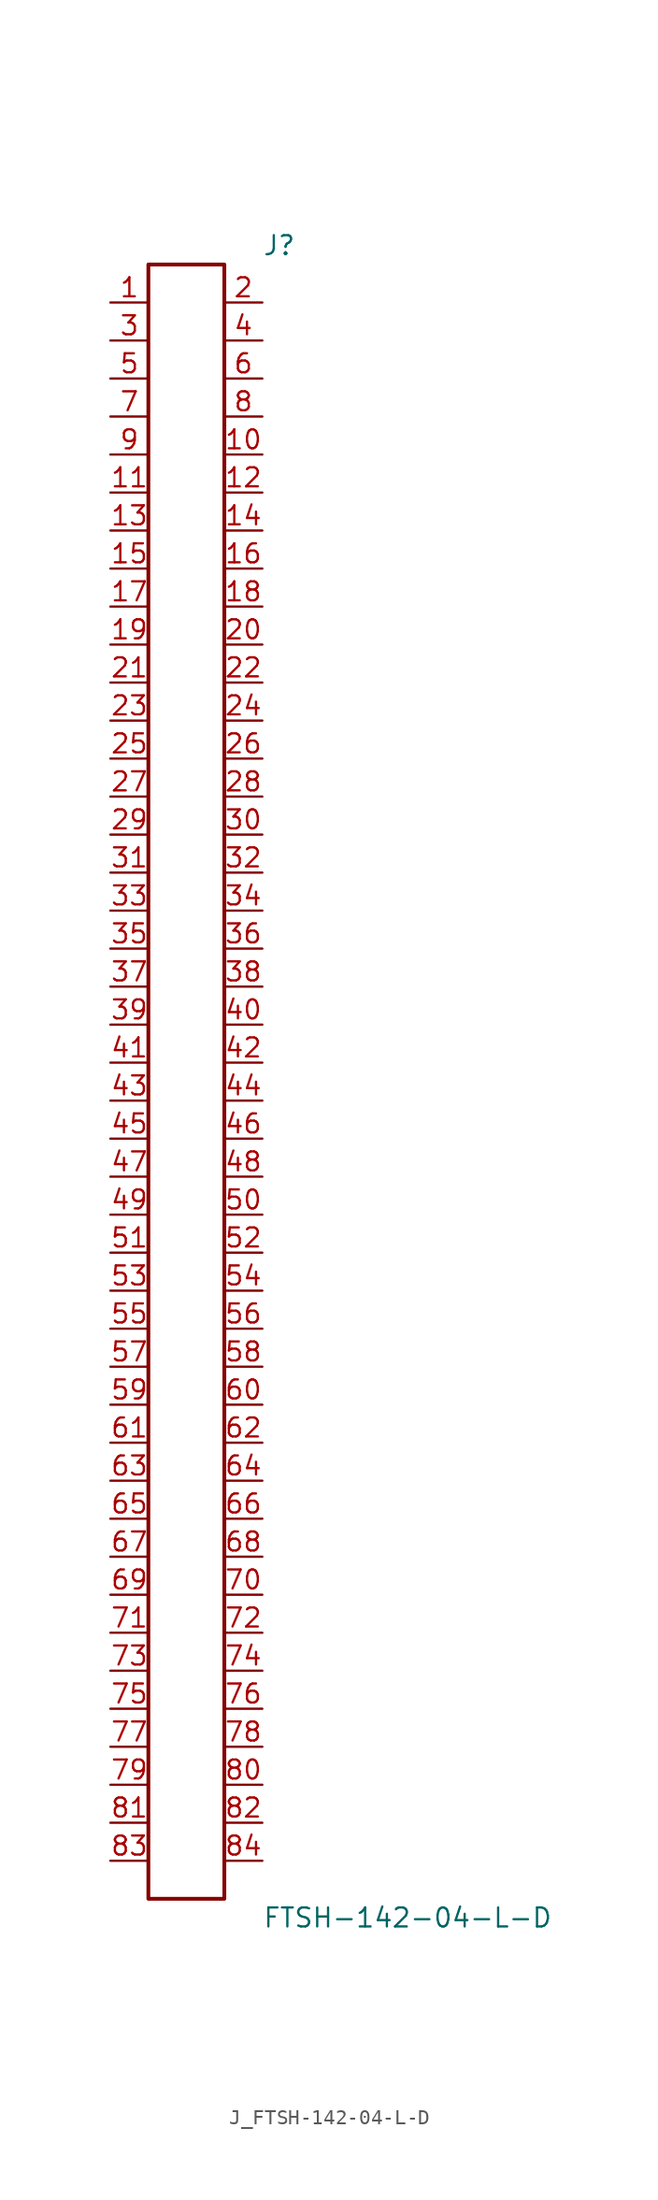
<source format=kicad_sym>
(kicad_symbol_lib
  (version 20231120)
  (generator kicad_symbol_editor)
  (generator_version 8.0)
  (symbol "J_FTSH-142-04-L-D"
    (pin_names
      (offset 0.254))
    (property "Reference" "J"
      (at 5.08 55.88 0)
      (effects (font (size 1.27 1.27)) (justify left)))
    (property "Value" "FTSH-142-04-L-D"
      (at 5.08 -55.88 0)
      (effects (font (size 1.27 1.27)) (justify left)))
    (symbol "J_FTSH-142-04-L-D_0_0"
      (pin passive line (at -5.08 52.07 0) (length 2.54) (name "" (effects (font (size 1.27 1.27)))) (number "1" (effects (font (size 1.27 1.27)))))
      (pin passive line (at 5.08 52.07 180) (length 2.54) (name "" (effects (font (size 1.27 1.27)))) (number "2" (effects (font (size 1.27 1.27)))))
      (pin passive line (at -5.08 49.53 0) (length 2.54) (name "" (effects (font (size 1.27 1.27)))) (number "3" (effects (font (size 1.27 1.27)))))
      (pin passive line (at 5.08 49.53 180) (length 2.54) (name "" (effects (font (size 1.27 1.27)))) (number "4" (effects (font (size 1.27 1.27)))))
      (pin passive line (at -5.08 46.99 0) (length 2.54) (name "" (effects (font (size 1.27 1.27)))) (number "5" (effects (font (size 1.27 1.27)))))
      (pin passive line (at 5.08 46.99 180) (length 2.54) (name "" (effects (font (size 1.27 1.27)))) (number "6" (effects (font (size 1.27 1.27)))))
      (pin passive line (at -5.08 44.45 0) (length 2.54) (name "" (effects (font (size 1.27 1.27)))) (number "7" (effects (font (size 1.27 1.27)))))
      (pin passive line (at 5.08 44.45 180) (length 2.54) (name "" (effects (font (size 1.27 1.27)))) (number "8" (effects (font (size 1.27 1.27)))))
      (pin passive line (at -5.08 41.91 0) (length 2.54) (name "" (effects (font (size 1.27 1.27)))) (number "9" (effects (font (size 1.27 1.27)))))
      (pin passive line (at 5.08 41.91 180) (length 2.54) (name "" (effects (font (size 1.27 1.27)))) (number "10" (effects (font (size 1.27 1.27)))))
      (pin passive line (at -5.08 39.37 0) (length 2.54) (name "" (effects (font (size 1.27 1.27)))) (number "11" (effects (font (size 1.27 1.27)))))
      (pin passive line (at 5.08 39.37 180) (length 2.54) (name "" (effects (font (size 1.27 1.27)))) (number "12" (effects (font (size 1.27 1.27)))))
      (pin passive line (at -5.08 36.83 0) (length 2.54) (name "" (effects (font (size 1.27 1.27)))) (number "13" (effects (font (size 1.27 1.27)))))
      (pin passive line (at 5.08 36.83 180) (length 2.54) (name "" (effects (font (size 1.27 1.27)))) (number "14" (effects (font (size 1.27 1.27)))))
      (pin passive line (at -5.08 34.29 0) (length 2.54) (name "" (effects (font (size 1.27 1.27)))) (number "15" (effects (font (size 1.27 1.27)))))
      (pin passive line (at 5.08 34.29 180) (length 2.54) (name "" (effects (font (size 1.27 1.27)))) (number "16" (effects (font (size 1.27 1.27)))))
      (pin passive line (at -5.08 31.75 0) (length 2.54) (name "" (effects (font (size 1.27 1.27)))) (number "17" (effects (font (size 1.27 1.27)))))
      (pin passive line (at 5.08 31.75 180) (length 2.54) (name "" (effects (font (size 1.27 1.27)))) (number "18" (effects (font (size 1.27 1.27)))))
      (pin passive line (at -5.08 29.21 0) (length 2.54) (name "" (effects (font (size 1.27 1.27)))) (number "19" (effects (font (size 1.27 1.27)))))
      (pin passive line (at 5.08 29.21 180) (length 2.54) (name "" (effects (font (size 1.27 1.27)))) (number "20" (effects (font (size 1.27 1.27)))))
      (pin passive line (at -5.08 26.67 0) (length 2.54) (name "" (effects (font (size 1.27 1.27)))) (number "21" (effects (font (size 1.27 1.27)))))
      (pin passive line (at 5.08 26.67 180) (length 2.54) (name "" (effects (font (size 1.27 1.27)))) (number "22" (effects (font (size 1.27 1.27)))))
      (pin passive line (at -5.08 24.13 0) (length 2.54) (name "" (effects (font (size 1.27 1.27)))) (number "23" (effects (font (size 1.27 1.27)))))
      (pin passive line (at 5.08 24.13 180) (length 2.54) (name "" (effects (font (size 1.27 1.27)))) (number "24" (effects (font (size 1.27 1.27)))))
      (pin passive line (at -5.08 21.59 0) (length 2.54) (name "" (effects (font (size 1.27 1.27)))) (number "25" (effects (font (size 1.27 1.27)))))
      (pin passive line (at 5.08 21.59 180) (length 2.54) (name "" (effects (font (size 1.27 1.27)))) (number "26" (effects (font (size 1.27 1.27)))))
      (pin passive line (at -5.08 19.05 0) (length 2.54) (name "" (effects (font (size 1.27 1.27)))) (number "27" (effects (font (size 1.27 1.27)))))
      (pin passive line (at 5.08 19.05 180) (length 2.54) (name "" (effects (font (size 1.27 1.27)))) (number "28" (effects (font (size 1.27 1.27)))))
      (pin passive line (at -5.08 16.51 0) (length 2.54) (name "" (effects (font (size 1.27 1.27)))) (number "29" (effects (font (size 1.27 1.27)))))
      (pin passive line (at 5.08 16.51 180) (length 2.54) (name "" (effects (font (size 1.27 1.27)))) (number "30" (effects (font (size 1.27 1.27)))))
      (pin passive line (at -5.08 13.97 0) (length 2.54) (name "" (effects (font (size 1.27 1.27)))) (number "31" (effects (font (size 1.27 1.27)))))
      (pin passive line (at 5.08 13.97 180) (length 2.54) (name "" (effects (font (size 1.27 1.27)))) (number "32" (effects (font (size 1.27 1.27)))))
      (pin passive line (at -5.08 11.43 0) (length 2.54) (name "" (effects (font (size 1.27 1.27)))) (number "33" (effects (font (size 1.27 1.27)))))
      (pin passive line (at 5.08 11.43 180) (length 2.54) (name "" (effects (font (size 1.27 1.27)))) (number "34" (effects (font (size 1.27 1.27)))))
      (pin passive line (at -5.08 8.89 0) (length 2.54) (name "" (effects (font (size 1.27 1.27)))) (number "35" (effects (font (size 1.27 1.27)))))
      (pin passive line (at 5.08 8.89 180) (length 2.54) (name "" (effects (font (size 1.27 1.27)))) (number "36" (effects (font (size 1.27 1.27)))))
      (pin passive line (at -5.08 6.35 0) (length 2.54) (name "" (effects (font (size 1.27 1.27)))) (number "37" (effects (font (size 1.27 1.27)))))
      (pin passive line (at 5.08 6.35 180) (length 2.54) (name "" (effects (font (size 1.27 1.27)))) (number "38" (effects (font (size 1.27 1.27)))))
      (pin passive line (at -5.08 3.81 0) (length 2.54) (name "" (effects (font (size 1.27 1.27)))) (number "39" (effects (font (size 1.27 1.27)))))
      (pin passive line (at 5.08 3.81 180) (length 2.54) (name "" (effects (font (size 1.27 1.27)))) (number "40" (effects (font (size 1.27 1.27)))))
      (pin passive line (at -5.08 1.27 0) (length 2.54) (name "" (effects (font (size 1.27 1.27)))) (number "41" (effects (font (size 1.27 1.27)))))
      (pin passive line (at 5.08 1.27 180) (length 2.54) (name "" (effects (font (size 1.27 1.27)))) (number "42" (effects (font (size 1.27 1.27)))))
      (pin passive line (at -5.08 -1.27 0) (length 2.54) (name "" (effects (font (size 1.27 1.27)))) (number "43" (effects (font (size 1.27 1.27)))))
      (pin passive line (at 5.08 -1.27 180) (length 2.54) (name "" (effects (font (size 1.27 1.27)))) (number "44" (effects (font (size 1.27 1.27)))))
      (pin passive line (at -5.08 -3.81 0) (length 2.54) (name "" (effects (font (size 1.27 1.27)))) (number "45" (effects (font (size 1.27 1.27)))))
      (pin passive line (at 5.08 -3.81 180) (length 2.54) (name "" (effects (font (size 1.27 1.27)))) (number "46" (effects (font (size 1.27 1.27)))))
      (pin passive line (at -5.08 -6.35 0) (length 2.54) (name "" (effects (font (size 1.27 1.27)))) (number "47" (effects (font (size 1.27 1.27)))))
      (pin passive line (at 5.08 -6.35 180) (length 2.54) (name "" (effects (font (size 1.27 1.27)))) (number "48" (effects (font (size 1.27 1.27)))))
      (pin passive line (at -5.08 -8.89 0) (length 2.54) (name "" (effects (font (size 1.27 1.27)))) (number "49" (effects (font (size 1.27 1.27)))))
      (pin passive line (at 5.08 -8.89 180) (length 2.54) (name "" (effects (font (size 1.27 1.27)))) (number "50" (effects (font (size 1.27 1.27)))))
      (pin passive line (at -5.08 -11.43 0) (length 2.54) (name "" (effects (font (size 1.27 1.27)))) (number "51" (effects (font (size 1.27 1.27)))))
      (pin passive line (at 5.08 -11.43 180) (length 2.54) (name "" (effects (font (size 1.27 1.27)))) (number "52" (effects (font (size 1.27 1.27)))))
      (pin passive line (at -5.08 -13.97 0) (length 2.54) (name "" (effects (font (size 1.27 1.27)))) (number "53" (effects (font (size 1.27 1.27)))))
      (pin passive line (at 5.08 -13.97 180) (length 2.54) (name "" (effects (font (size 1.27 1.27)))) (number "54" (effects (font (size 1.27 1.27)))))
      (pin passive line (at -5.08 -16.51 0) (length 2.54) (name "" (effects (font (size 1.27 1.27)))) (number "55" (effects (font (size 1.27 1.27)))))
      (pin passive line (at 5.08 -16.51 180) (length 2.54) (name "" (effects (font (size 1.27 1.27)))) (number "56" (effects (font (size 1.27 1.27)))))
      (pin passive line (at -5.08 -19.05 0) (length 2.54) (name "" (effects (font (size 1.27 1.27)))) (number "57" (effects (font (size 1.27 1.27)))))
      (pin passive line (at 5.08 -19.05 180) (length 2.54) (name "" (effects (font (size 1.27 1.27)))) (number "58" (effects (font (size 1.27 1.27)))))
      (pin passive line (at -5.08 -21.59 0) (length 2.54) (name "" (effects (font (size 1.27 1.27)))) (number "59" (effects (font (size 1.27 1.27)))))
      (pin passive line (at 5.08 -21.59 180) (length 2.54) (name "" (effects (font (size 1.27 1.27)))) (number "60" (effects (font (size 1.27 1.27)))))
      (pin passive line (at -5.08 -24.13 0) (length 2.54) (name "" (effects (font (size 1.27 1.27)))) (number "61" (effects (font (size 1.27 1.27)))))
      (pin passive line (at 5.08 -24.13 180) (length 2.54) (name "" (effects (font (size 1.27 1.27)))) (number "62" (effects (font (size 1.27 1.27)))))
      (pin passive line (at -5.08 -26.67 0) (length 2.54) (name "" (effects (font (size 1.27 1.27)))) (number "63" (effects (font (size 1.27 1.27)))))
      (pin passive line (at 5.08 -26.67 180) (length 2.54) (name "" (effects (font (size 1.27 1.27)))) (number "64" (effects (font (size 1.27 1.27)))))
      (pin passive line (at -5.08 -29.21 0) (length 2.54) (name "" (effects (font (size 1.27 1.27)))) (number "65" (effects (font (size 1.27 1.27)))))
      (pin passive line (at 5.08 -29.21 180) (length 2.54) (name "" (effects (font (size 1.27 1.27)))) (number "66" (effects (font (size 1.27 1.27)))))
      (pin passive line (at -5.08 -31.75 0) (length 2.54) (name "" (effects (font (size 1.27 1.27)))) (number "67" (effects (font (size 1.27 1.27)))))
      (pin passive line (at 5.08 -31.75 180) (length 2.54) (name "" (effects (font (size 1.27 1.27)))) (number "68" (effects (font (size 1.27 1.27)))))
      (pin passive line (at -5.08 -34.29 0) (length 2.54) (name "" (effects (font (size 1.27 1.27)))) (number "69" (effects (font (size 1.27 1.27)))))
      (pin passive line (at 5.08 -34.29 180) (length 2.54) (name "" (effects (font (size 1.27 1.27)))) (number "70" (effects (font (size 1.27 1.27)))))
      (pin passive line (at -5.08 -36.83 0) (length 2.54) (name "" (effects (font (size 1.27 1.27)))) (number "71" (effects (font (size 1.27 1.27)))))
      (pin passive line (at 5.08 -36.83 180) (length 2.54) (name "" (effects (font (size 1.27 1.27)))) (number "72" (effects (font (size 1.27 1.27)))))
      (pin passive line (at -5.08 -39.37 0) (length 2.54) (name "" (effects (font (size 1.27 1.27)))) (number "73" (effects (font (size 1.27 1.27)))))
      (pin passive line (at 5.08 -39.37 180) (length 2.54) (name "" (effects (font (size 1.27 1.27)))) (number "74" (effects (font (size 1.27 1.27)))))
      (pin passive line (at -5.08 -41.91 0) (length 2.54) (name "" (effects (font (size 1.27 1.27)))) (number "75" (effects (font (size 1.27 1.27)))))
      (pin passive line (at 5.08 -41.91 180) (length 2.54) (name "" (effects (font (size 1.27 1.27)))) (number "76" (effects (font (size 1.27 1.27)))))
      (pin passive line (at -5.08 -44.45 0) (length 2.54) (name "" (effects (font (size 1.27 1.27)))) (number "77" (effects (font (size 1.27 1.27)))))
      (pin passive line (at 5.08 -44.45 180) (length 2.54) (name "" (effects (font (size 1.27 1.27)))) (number "78" (effects (font (size 1.27 1.27)))))
      (pin passive line (at -5.08 -46.99 0) (length 2.54) (name "" (effects (font (size 1.27 1.27)))) (number "79" (effects (font (size 1.27 1.27)))))
      (pin passive line (at 5.08 -46.99 180) (length 2.54) (name "" (effects (font (size 1.27 1.27)))) (number "80" (effects (font (size 1.27 1.27)))))
      (pin passive line (at -5.08 -49.53 0) (length 2.54) (name "" (effects (font (size 1.27 1.27)))) (number "81" (effects (font (size 1.27 1.27)))))
      (pin passive line (at 5.08 -49.53 180) (length 2.54) (name "" (effects (font (size 1.27 1.27)))) (number "82" (effects (font (size 1.27 1.27)))))
      (pin passive line (at -5.08 -52.07 0) (length 2.54) (name "" (effects (font (size 1.27 1.27)))) (number "83" (effects (font (size 1.27 1.27)))))
      (pin passive line (at 5.08 -52.07 180) (length 2.54) (name "" (effects (font (size 1.27 1.27)))) (number "84" (effects (font (size 1.27 1.27))))))
    (symbol "J_FTSH-142-04-L-D_1_0"
      (rectangle (start -2.54 54.61) (end 2.54 -54.61) (stroke (width 0.254) (type solid)) (fill (type none))))))
</source>
